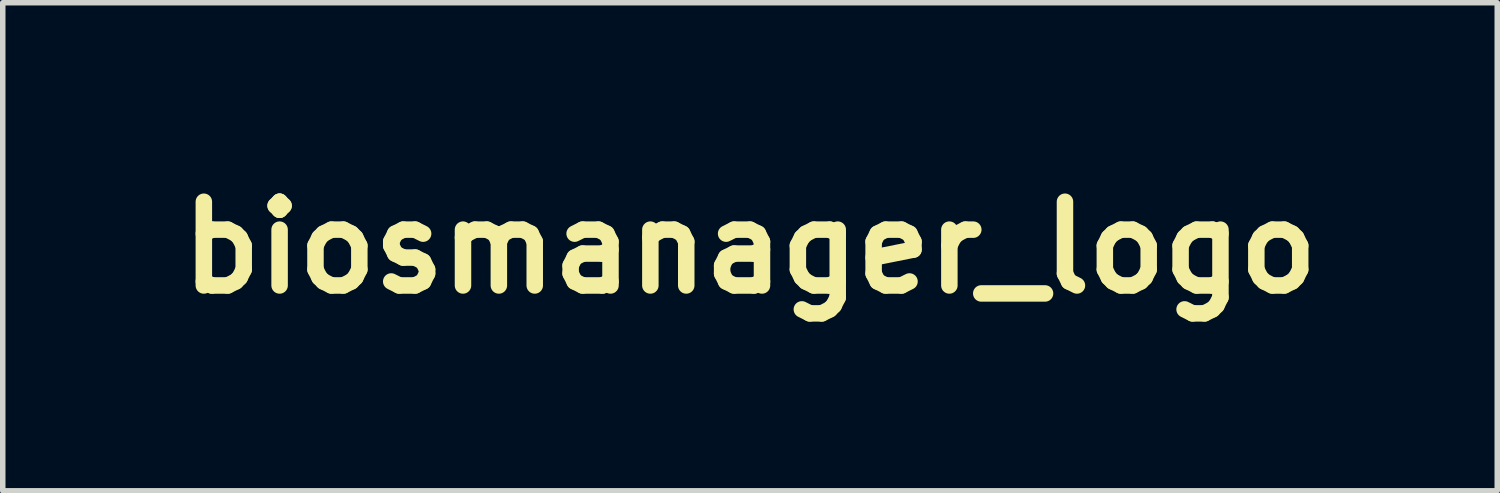
<source format=kicad_pcb>
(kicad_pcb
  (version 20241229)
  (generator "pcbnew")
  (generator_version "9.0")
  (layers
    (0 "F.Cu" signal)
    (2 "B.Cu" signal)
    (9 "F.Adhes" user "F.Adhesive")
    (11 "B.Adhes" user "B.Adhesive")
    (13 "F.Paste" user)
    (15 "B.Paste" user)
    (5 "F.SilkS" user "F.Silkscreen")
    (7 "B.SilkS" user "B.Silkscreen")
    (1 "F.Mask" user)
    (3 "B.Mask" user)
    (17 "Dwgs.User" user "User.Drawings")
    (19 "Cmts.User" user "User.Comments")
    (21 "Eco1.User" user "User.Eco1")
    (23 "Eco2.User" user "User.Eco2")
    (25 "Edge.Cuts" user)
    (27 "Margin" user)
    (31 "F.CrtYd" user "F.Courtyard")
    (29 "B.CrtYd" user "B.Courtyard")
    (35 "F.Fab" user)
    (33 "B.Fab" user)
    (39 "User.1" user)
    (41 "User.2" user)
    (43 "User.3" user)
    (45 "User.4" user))
  (footprint "biosmanager_logo"
    (layer "F.Cu")
    (at 10.603 1.457)
    (property "Reference" "biosmanager_logo" (at 0 0 0) (layer "F.SilkS") (effects (font (size 1.524 1.524) (thickness 0.3))))
    (attr through_hole)
    (fp_poly (pts (xy -0.298 -0.999) (xy -0.242 -0.989) (xy -0.188 -0.973) (xy -0.135 -0.953) (xy -0.085 -0.929) (xy -0.036 -0.899) (xy 0.009 -0.866) (xy 0.051 -0.828) (xy 0.09 -0.786) (xy 0.124 -0.74) (xy 0.155 -0.69) (xy 0.181 -0.637) (xy 0.188 -0.62) (xy 0.207 -0.565) (xy 0.22 -0.507) (xy 0.228 -0.449) (xy 0.23 -0.39) (xy 0.227 -0.332) (xy 0.218 -0.273) (xy 0.204 -0.216) (xy 0.184 -0.161) (xy 0.171 -0.13) (xy 0.147 -0.085) (xy 0.122 -0.045) (xy 0.093 -0.007) (xy 0.06 0.03) (xy 0.052 0.037) (xy 0.016 0.071) (xy -0.022 0.101) (xy -0.061 0.127) (xy -0.105 0.151) (xy -0.115 0.156) (xy -0.169 0.178) (xy -0.225 0.195) (xy -0.283 0.207) (xy -0.342 0.214) (xy -0.401 0.215) (xy -0.442 0.212) (xy -0.501 0.203) (xy -0.558 0.189) (xy -0.613 0.169) (xy -0.665 0.144) (xy -0.715 0.115) (xy -0.761 0.081) (xy -0.805 0.043) (xy -0.844 0.000341) (xy -0.879 -0.046) (xy -0.91 -0.095) (xy -0.937 -0.148) (xy -0.949 -0.178) (xy -0.965 -0.228) (xy -0.977 -0.278) (xy -0.983 -0.331) (xy -0.986 -0.387) (xy -0.986 -0.394) (xy -0.985 -0.42) (xy -0.867 -0.42) (xy -0.867 -0.367) (xy -0.862 -0.315) (xy -0.85 -0.263) (xy -0.833 -0.212) (xy -0.817 -0.175) (xy -0.791 -0.129) (xy -0.761 -0.086) (xy -0.726 -0.047) (xy -0.687 -0.013) (xy -0.645 0.018) (xy -0.6 0.043) (xy -0.551 0.064) (xy -0.5 0.08) (xy -0.446 0.091) (xy -0.445 0.091) (xy -0.42 0.094) (xy -0.392 0.095) (xy -0.361 0.094) (xy -0.33 0.092) (xy -0.301 0.089) (xy -0.279 0.085) (xy -0.227 0.072) (xy -0.179 0.054) (xy -0.133 0.031) (xy -0.091 0.003) (xy -0.05 -0.031) (xy -0.033 -0.048) (xy 0.000064 -0.083) (xy 0.028 -0.119) (xy 0.051 -0.157) (xy 0.071 -0.198) (xy 0.076 -0.211) (xy 0.093 -0.262) (xy 0.104 -0.315) (xy 0.11 -0.368) (xy 0.11 -0.422) (xy 0.104 -0.475) (xy 0.096 -0.516) (xy 0.08 -0.567) (xy 0.059 -0.616) (xy 0.033 -0.661) (xy 0.002 -0.703) (xy -0.032 -0.742) (xy -0.071 -0.776) (xy -0.114 -0.807) (xy -0.16 -0.833) (xy -0.21 -0.854) (xy -0.262 -0.871) (xy -0.285 -0.876) (xy -0.296 -0.878) (xy -0.307 -0.88) (xy -0.319 -0.881) (xy -0.333 -0.882) (xy -0.349 -0.883) (xy -0.37 -0.883) (xy -0.378 -0.883) (xy -0.4 -0.883) (xy -0.418 -0.882) (xy -0.432 -0.882) (xy -0.444 -0.881) (xy -0.455 -0.879) (xy -0.466 -0.877) (xy -0.472 -0.876) (xy -0.525 -0.862) (xy -0.573 -0.844) (xy -0.619 -0.821) (xy -0.653 -0.8) (xy -0.678 -0.782) (xy -0.704 -0.76) (xy -0.729 -0.736) (xy -0.753 -0.71) (xy -0.774 -0.684) (xy -0.785 -0.669) (xy -0.813 -0.622) (xy -0.835 -0.574) (xy -0.851 -0.523) (xy -0.862 -0.472) (xy -0.867 -0.42) (xy -0.985 -0.42) (xy -0.985 -0.44) (xy -0.981 -0.483) (xy -0.974 -0.523) (xy -0.964 -0.563) (xy -0.956 -0.589) (xy -0.935 -0.645) (xy -0.908 -0.698) (xy -0.877 -0.747) (xy -0.841 -0.793) (xy -0.801 -0.835) (xy -0.757 -0.873) (xy -0.709 -0.907) (xy -0.659 -0.936) (xy -0.605 -0.961) (xy -0.548 -0.98) (xy -0.531 -0.985) (xy -0.472 -0.997) (xy -0.414 -1.003) (xy -0.356 -1.003) (xy -0.298 -0.999)) (stroke (width 0.01) (type solid)) (fill no) (layer "Eco2.User"))
    (fp_poly (pts (xy 0.103 -1.448) (xy 0.193 -1.439) (xy 0.283 -1.424) (xy 0.371 -1.404) (xy 0.457 -1.378) (xy 0.542 -1.346) (xy 0.625 -1.31) (xy 0.706 -1.267) (xy 0.784 -1.22) (xy 0.788 -1.217) (xy 0.838 -1.183) (xy 0.883 -1.15) (xy 0.927 -1.114) (xy 0.97 -1.076) (xy 1.013 -1.034) (xy 1.016 -1.031) (xy 1.079 -0.964) (xy 1.137 -0.894) (xy 1.191 -0.819) (xy 1.239 -0.742) (xy 1.282 -0.662) (xy 1.321 -0.579) (xy 1.334 -0.547) (xy 1.364 -0.461) (xy 1.389 -0.373) (xy 1.409 -0.283) (xy 1.423 -0.193) (xy 1.431 -0.102) (xy 1.434 -0.011) (xy 1.431 0.08) (xy 1.422 0.17) (xy 1.408 0.26) (xy 1.388 0.349) (xy 1.362 0.436) (xy 1.362 0.437) (xy 1.331 0.521) (xy 1.296 0.602) (xy 1.256 0.681) (xy 1.21 0.756) (xy 1.16 0.83) (xy 1.104 0.903) (xy 1.097 0.912) (xy 1.078 0.932) (xy 1.057 0.956) (xy 1.033 0.981) (xy 1.007 1.007) (xy 0.981 1.032) (xy 0.956 1.055) (xy 0.933 1.076) (xy 0.921 1.086) (xy 0.847 1.144) (xy 0.77 1.196) (xy 0.69 1.243) (xy 0.608 1.285) (xy 0.523 1.321) (xy 0.436 1.352) (xy 0.347 1.377) (xy 0.257 1.397) (xy 0.165 1.411) (xy 0.158 1.412) (xy 0.144 1.413) (xy 0.127 1.415) (xy 0.106 1.416) (xy 0.085 1.418) (xy 0.063 1.419) (xy 0.042 1.42) (xy 0.023 1.421) (xy 0.006 1.422) (xy -0.006 1.422) (xy -0.01 1.422) (xy -0.017 1.422) (xy -0.027 1.421) (xy -0.041 1.42) (xy -0.058 1.42) (xy -0.066 1.419) (xy -0.158 1.412) (xy -0.25 1.399) (xy -0.34 1.38) (xy -0.428 1.355) (xy -0.515 1.325) (xy -0.599 1.289) (xy -0.682 1.248) (xy -0.762 1.202) (xy -0.839 1.15) (xy -0.915 1.092) (xy -0.928 1.081) (xy -0.943 1.068) (xy -0.962 1.051) (xy -0.983 1.031) (xy -1.005 1.01) (xy -1.027 0.987) (xy -1.048 0.965) (xy -1.068 0.944) (xy -1.086 0.925) (xy -1.1 0.909) (xy -1.101 0.907) (xy -1.159 0.832) (xy -1.212 0.756) (xy -1.258 0.677) (xy -1.3 0.596) (xy -1.335 0.513) (xy -1.366 0.428) (xy -1.391 0.339) (xy -1.411 0.248) (xy -1.425 0.155) (xy -1.427 0.134) (xy -1.429 0.115) (xy -1.431 0.092) (xy -1.432 0.064) (xy -1.432 0.034) (xy -1.433 0.002) (xy -1.433 -0.000349) (xy -1.313 -0.000349) (xy -1.313 0.03) (xy -1.313 0.058) (xy -1.312 0.083) (xy -1.31 0.104) (xy -1.309 0.114) (xy -1.297 0.205) (xy -1.279 0.293) (xy -1.255 0.378) (xy -1.227 0.46) (xy -1.193 0.54) (xy -1.154 0.617) (xy -1.109 0.693) (xy -1.059 0.766) (xy -1.008 0.832) (xy -0.993 0.848) (xy -0.976 0.868) (xy -0.956 0.889) (xy -0.934 0.91) (xy -0.913 0.932) (xy -0.892 0.952) (xy -0.874 0.969) (xy -0.87 0.973) (xy -0.802 1.028) (xy -0.73 1.079) (xy -0.656 1.125) (xy -0.579 1.166) (xy -0.499 1.202) (xy -0.417 1.232) (xy -0.333 1.257) (xy -0.247 1.277) (xy -0.159 1.291) (xy -0.07 1.299) (xy -0.06 1.3) (xy -0.044 1.301) (xy -0.03 1.301) (xy -0.019 1.302) (xy -0.013 1.302) (xy -0.012 1.302) (xy -0.008 1.302) (xy 0.002 1.302) (xy 0.015 1.302) (xy 0.031 1.301) (xy 0.049 1.3) (xy 0.051 1.3) (xy 0.142 1.292) (xy 0.231 1.28) (xy 0.318 1.261) (xy 0.403 1.237) (xy 0.486 1.207) (xy 0.567 1.172) (xy 0.595 1.158) (xy 0.672 1.115) (xy 0.745 1.069) (xy 0.815 1.018) (xy 0.88 0.962) (xy 0.942 0.903) (xy 0.999 0.841) (xy 1.052 0.775) (xy 1.1 0.706) (xy 1.144 0.634) (xy 1.183 0.56) (xy 1.217 0.483) (xy 1.246 0.404) (xy 1.27 0.323) (xy 1.289 0.24) (xy 1.303 0.156) (xy 1.311 0.07) (xy 1.314 -0.016) (xy 1.311 -0.103) (xy 1.302 -0.191) (xy 1.298 -0.219) (xy 1.282 -0.306) (xy 1.26 -0.391) (xy 1.233 -0.474) (xy 1.2 -0.555) (xy 1.162 -0.633) (xy 1.119 -0.708) (xy 1.072 -0.78) (xy 1.019 -0.849) (xy 0.962 -0.915) (xy 0.901 -0.976) (xy 0.835 -1.034) (xy 0.799 -1.063) (xy 0.727 -1.114) (xy 0.653 -1.159) (xy 0.577 -1.199) (xy 0.499 -1.234) (xy 0.419 -1.264) (xy 0.338 -1.288) (xy 0.255 -1.307) (xy 0.172 -1.321) (xy 0.088 -1.329) (xy 0.004 -1.332) (xy -0.081 -1.33) (xy -0.165 -1.322) (xy -0.248 -1.309) (xy -0.331 -1.291) (xy -0.413 -1.267) (xy -0.493 -1.238) (xy -0.572 -1.203) (xy -0.649 -1.163) (xy -0.721 -1.119) (xy -0.761 -1.092) (xy -0.797 -1.065) (xy -0.832 -1.038) (xy -0.867 -1.008) (xy -0.902 -0.975) (xy -0.921 -0.956) (xy -0.983 -0.892) (xy -1.04 -0.824) (xy -1.091 -0.754) (xy -1.138 -0.68) (xy -1.178 -0.604) (xy -1.214 -0.525) (xy -1.245 -0.443) (xy -1.27 -0.358) (xy -1.29 -0.27) (xy -1.305 -0.179) (xy -1.308 -0.158) (xy -1.31 -0.14) (xy -1.311 -0.117) (xy -1.312 -0.091) (xy -1.313 -0.062) (xy -1.313 -0.031) (xy -1.313 -0.000349) (xy -1.433 -0.000349) (xy -1.433 -0.03) (xy -1.433 -0.061) (xy -1.432 -0.09) (xy -1.431 -0.117) (xy -1.43 -0.139) (xy -1.429 -0.152) (xy -1.416 -0.247) (xy -1.398 -0.34) (xy -1.375 -0.43) (xy -1.346 -0.517) (xy -1.312 -0.602) (xy -1.273 -0.684) (xy -1.228 -0.763) (xy -1.178 -0.839) (xy -1.124 -0.912) (xy -1.064 -0.982) (xy -1.029 -1.019) (xy -0.962 -1.084) (xy -0.892 -1.144) (xy -0.818 -1.198) (xy -0.741 -1.248) (xy -0.662 -1.292) (xy -0.58 -1.332) (xy -0.495 -1.365) (xy -0.408 -1.394) (xy -0.352 -1.409) (xy -0.261 -1.428) (xy -0.17 -1.442) (xy -0.079 -1.45) (xy 0.012 -1.452) (xy 0.103 -1.448)) (stroke (width 0.01) (type solid)) (fill no) (layer "Eco2.User")))
  (gr_rect
    (start -3 -3)
    (end 24.205 5.884)
    (stroke (width 0.1) (type default))
    (fill no)
    (layer "Edge.Cuts")))
</source>
